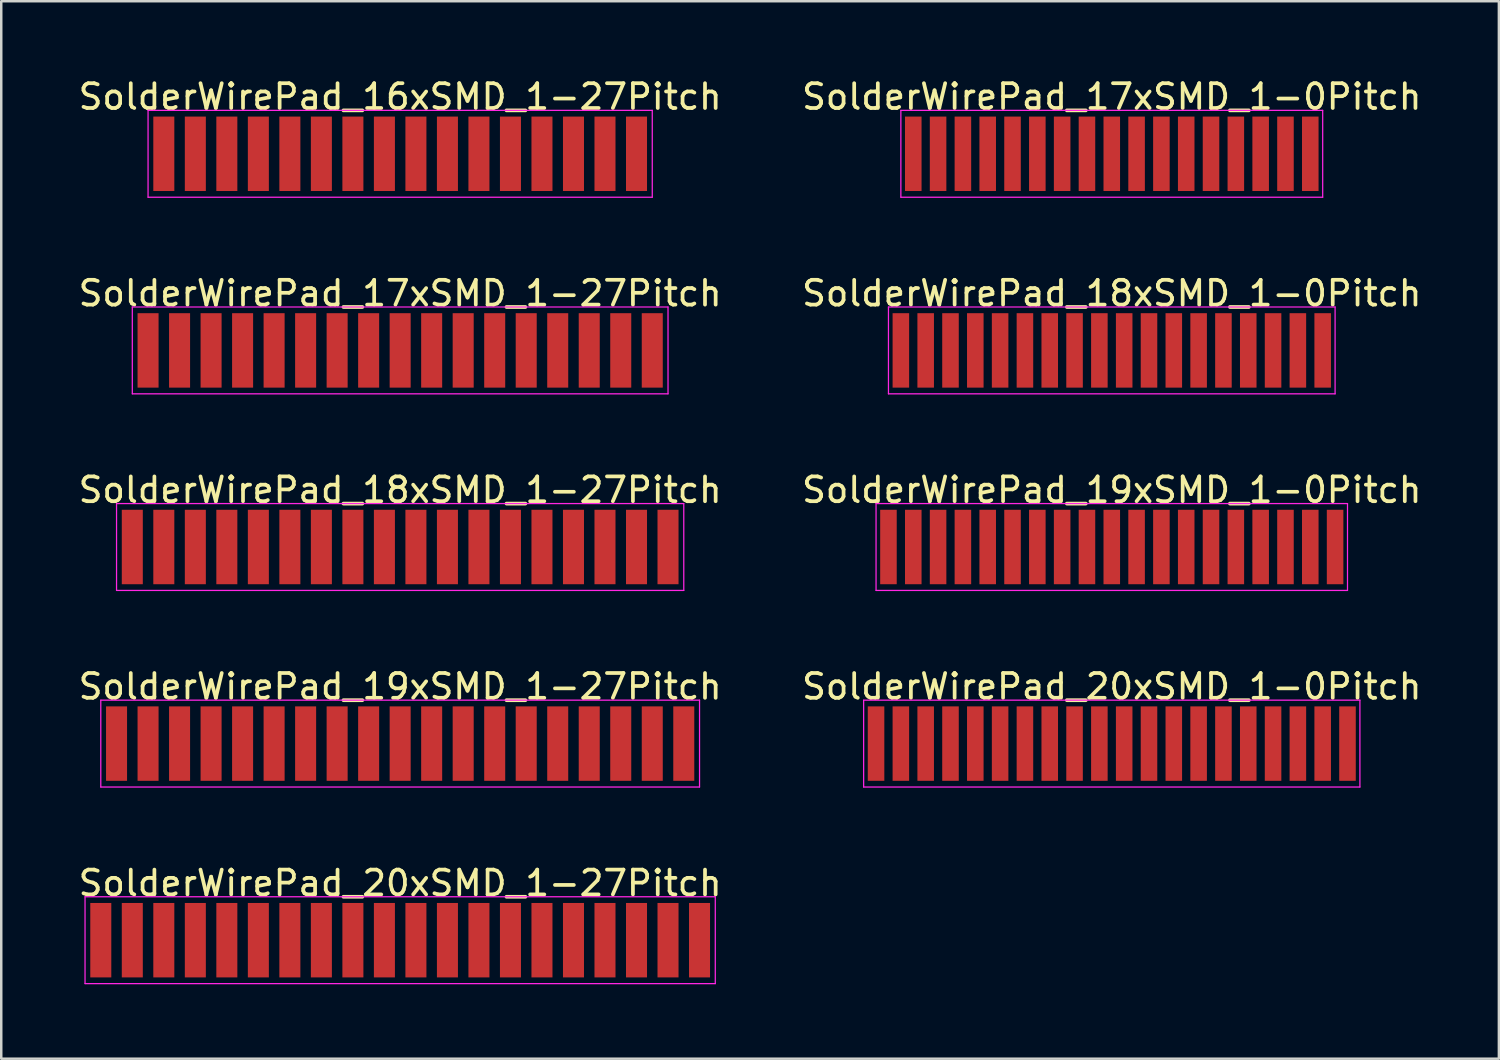
<source format=kicad_pcb>
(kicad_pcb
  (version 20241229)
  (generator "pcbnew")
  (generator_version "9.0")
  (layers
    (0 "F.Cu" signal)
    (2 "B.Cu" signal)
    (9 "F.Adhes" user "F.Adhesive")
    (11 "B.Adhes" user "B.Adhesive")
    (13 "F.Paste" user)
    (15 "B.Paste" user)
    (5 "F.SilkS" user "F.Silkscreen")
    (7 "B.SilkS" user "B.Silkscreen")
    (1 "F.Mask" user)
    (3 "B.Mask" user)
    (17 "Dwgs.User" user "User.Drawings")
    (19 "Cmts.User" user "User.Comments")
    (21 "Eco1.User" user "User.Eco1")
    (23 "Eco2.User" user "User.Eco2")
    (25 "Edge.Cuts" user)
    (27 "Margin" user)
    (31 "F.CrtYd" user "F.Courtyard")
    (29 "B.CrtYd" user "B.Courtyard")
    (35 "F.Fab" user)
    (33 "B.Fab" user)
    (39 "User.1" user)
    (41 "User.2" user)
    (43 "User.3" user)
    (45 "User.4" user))
  (footprint "SolderWirePad_18xSMD_1-0Pitch"
    (layer "F.Cu")
    (at 41.756 11.072)
    (property "Reference" "SolderWirePad_18xSMD_1-0Pitch" (at 0 -2.3 0) (layer "F.SilkS") (effects (font (size 1 1) (thickness 0.15))))
    (attr through_hole)
    (fp_line (start -9 -1.75) (end 9 -1.75) (stroke (width 0.05) (type solid)) (layer "F.CrtYd"))
    (fp_line (start -9 1.75) (end -9 -1.75) (stroke (width 0.05) (type solid)) (layer "F.CrtYd"))
    (fp_line (start 9 -1.75) (end 9 1.75) (stroke (width 0.05) (type solid)) (layer "F.CrtYd"))
    (fp_line (start 9 1.75) (end -9 1.75) (stroke (width 0.05) (type solid)) (layer "F.CrtYd"))
    (pad "1" smd rect (at -8.5 0) (size 0.667 3) (layers "F.Cu" "F.Mask" "F.Paste"))
    (pad "2" smd rect (at -7.5 0) (size 0.667 3) (layers "F.Cu" "F.Mask" "F.Paste"))
    (pad "3" smd rect (at -6.5 0) (size 0.667 3) (layers "F.Cu" "F.Mask" "F.Paste"))
    (pad "4" smd rect (at -5.5 0) (size 0.667 3) (layers "F.Cu" "F.Mask" "F.Paste"))
    (pad "5" smd rect (at -4.5 0) (size 0.667 3) (layers "F.Cu" "F.Mask" "F.Paste"))
    (pad "6" smd rect (at -3.5 0) (size 0.667 3) (layers "F.Cu" "F.Mask" "F.Paste"))
    (pad "7" smd rect (at -2.5 0) (size 0.667 3) (layers "F.Cu" "F.Mask" "F.Paste"))
    (pad "8" smd rect (at -1.5 0) (size 0.667 3) (layers "F.Cu" "F.Mask" "F.Paste"))
    (pad "9" smd rect (at -0.5 0) (size 0.667 3) (layers "F.Cu" "F.Mask" "F.Paste"))
    (pad "10" smd rect (at 0.5 0) (size 0.667 3) (layers "F.Cu" "F.Mask" "F.Paste"))
    (pad "11" smd rect (at 1.5 0) (size 0.667 3) (layers "F.Cu" "F.Mask" "F.Paste"))
    (pad "12" smd rect (at 2.5 0) (size 0.667 3) (layers "F.Cu" "F.Mask" "F.Paste"))
    (pad "13" smd rect (at 3.5 0) (size 0.667 3) (layers "F.Cu" "F.Mask" "F.Paste"))
    (pad "14" smd rect (at 4.5 0) (size 0.667 3) (layers "F.Cu" "F.Mask" "F.Paste"))
    (pad "15" smd rect (at 5.5 0) (size 0.667 3) (layers "F.Cu" "F.Mask" "F.Paste"))
    (pad "16" smd rect (at 6.5 0) (size 0.667 3) (layers "F.Cu" "F.Mask" "F.Paste"))
    (pad "17" smd rect (at 7.5 0) (size 0.667 3) (layers "F.Cu" "F.Mask" "F.Paste"))
    (pad "18" smd rect (at 8.5 0) (size 0.667 3) (layers "F.Cu" "F.Mask" "F.Paste")))
  (footprint "SolderWirePad_17xSMD_1-27Pitch"
    (layer "F.Cu")
    (at 13.077 11.072)
    (property "Reference" "SolderWirePad_17xSMD_1-27Pitch" (at 0 -2.3 0) (layer "F.SilkS") (effects (font (size 1 1) (thickness 0.15))))
    (attr through_hole)
    (fp_line (start -10.795 -1.75) (end 10.795 -1.75) (stroke (width 0.05) (type solid)) (layer "F.CrtYd"))
    (fp_line (start -10.795 1.75) (end -10.795 -1.75) (stroke (width 0.05) (type solid)) (layer "F.CrtYd"))
    (fp_line (start 10.795 -1.75) (end 10.795 1.75) (stroke (width 0.05) (type solid)) (layer "F.CrtYd"))
    (fp_line (start 10.795 1.75) (end -10.795 1.75) (stroke (width 0.05) (type solid)) (layer "F.CrtYd"))
    (pad "1" smd rect (at -10.16 0) (size 0.847 3) (layers "F.Cu" "F.Mask" "F.Paste"))
    (pad "2" smd rect (at -8.89 0) (size 0.847 3) (layers "F.Cu" "F.Mask" "F.Paste"))
    (pad "3" smd rect (at -7.62 0) (size 0.847 3) (layers "F.Cu" "F.Mask" "F.Paste"))
    (pad "4" smd rect (at -6.35 0) (size 0.847 3) (layers "F.Cu" "F.Mask" "F.Paste"))
    (pad "5" smd rect (at -5.08 0) (size 0.847 3) (layers "F.Cu" "F.Mask" "F.Paste"))
    (pad "6" smd rect (at -3.81 0) (size 0.847 3) (layers "F.Cu" "F.Mask" "F.Paste"))
    (pad "7" smd rect (at -2.54 0) (size 0.847 3) (layers "F.Cu" "F.Mask" "F.Paste"))
    (pad "8" smd rect (at -1.27 0) (size 0.847 3) (layers "F.Cu" "F.Mask" "F.Paste"))
    (pad "9" smd rect (at 0 0) (size 0.847 3) (layers "F.Cu" "F.Mask" "F.Paste"))
    (pad "10" smd rect (at 1.27 0) (size 0.847 3) (layers "F.Cu" "F.Mask" "F.Paste"))
    (pad "11" smd rect (at 2.54 0) (size 0.847 3) (layers "F.Cu" "F.Mask" "F.Paste"))
    (pad "12" smd rect (at 3.81 0) (size 0.847 3) (layers "F.Cu" "F.Mask" "F.Paste"))
    (pad "13" smd rect (at 5.08 0) (size 0.847 3) (layers "F.Cu" "F.Mask" "F.Paste"))
    (pad "14" smd rect (at 6.35 0) (size 0.847 3) (layers "F.Cu" "F.Mask" "F.Paste"))
    (pad "15" smd rect (at 7.62 0) (size 0.847 3) (layers "F.Cu" "F.Mask" "F.Paste"))
    (pad "16" smd rect (at 8.89 0) (size 0.847 3) (layers "F.Cu" "F.Mask" "F.Paste"))
    (pad "17" smd rect (at 10.16 0) (size 0.847 3) (layers "F.Cu" "F.Mask" "F.Paste")))
  (footprint "SolderWirePad_20xSMD_1-27Pitch"
    (layer "F.Cu")
    (at 13.077 34.841)
    (property "Reference" "SolderWirePad_20xSMD_1-27Pitch" (at 0 -2.3 0) (layer "F.SilkS") (effects (font (size 1 1) (thickness 0.15))))
    (attr through_hole)
    (fp_line (start -12.7 -1.75) (end 12.7 -1.75) (stroke (width 0.05) (type solid)) (layer "F.CrtYd"))
    (fp_line (start -12.7 1.75) (end -12.7 -1.75) (stroke (width 0.05) (type solid)) (layer "F.CrtYd"))
    (fp_line (start 12.7 -1.75) (end 12.7 1.75) (stroke (width 0.05) (type solid)) (layer "F.CrtYd"))
    (fp_line (start 12.7 1.75) (end -12.7 1.75) (stroke (width 0.05) (type solid)) (layer "F.CrtYd"))
    (pad "1" smd rect (at -12.065 0) (size 0.847 3) (layers "F.Cu" "F.Mask" "F.Paste"))
    (pad "2" smd rect (at -10.795 0) (size 0.847 3) (layers "F.Cu" "F.Mask" "F.Paste"))
    (pad "3" smd rect (at -9.525 0) (size 0.847 3) (layers "F.Cu" "F.Mask" "F.Paste"))
    (pad "4" smd rect (at -8.255 0) (size 0.847 3) (layers "F.Cu" "F.Mask" "F.Paste"))
    (pad "5" smd rect (at -6.985 0) (size 0.847 3) (layers "F.Cu" "F.Mask" "F.Paste"))
    (pad "6" smd rect (at -5.715 0) (size 0.847 3) (layers "F.Cu" "F.Mask" "F.Paste"))
    (pad "7" smd rect (at -4.445 0) (size 0.847 3) (layers "F.Cu" "F.Mask" "F.Paste"))
    (pad "8" smd rect (at -3.175 0) (size 0.847 3) (layers "F.Cu" "F.Mask" "F.Paste"))
    (pad "9" smd rect (at -1.905 0) (size 0.847 3) (layers "F.Cu" "F.Mask" "F.Paste"))
    (pad "10" smd rect (at -0.635 0) (size 0.847 3) (layers "F.Cu" "F.Mask" "F.Paste"))
    (pad "11" smd rect (at 0.635 0) (size 0.847 3) (layers "F.Cu" "F.Mask" "F.Paste"))
    (pad "12" smd rect (at 1.905 0) (size 0.847 3) (layers "F.Cu" "F.Mask" "F.Paste"))
    (pad "13" smd rect (at 3.175 0) (size 0.847 3) (layers "F.Cu" "F.Mask" "F.Paste"))
    (pad "14" smd rect (at 4.445 0) (size 0.847 3) (layers "F.Cu" "F.Mask" "F.Paste"))
    (pad "15" smd rect (at 5.715 0) (size 0.847 3) (layers "F.Cu" "F.Mask" "F.Paste"))
    (pad "16" smd rect (at 6.985 0) (size 0.847 3) (layers "F.Cu" "F.Mask" "F.Paste"))
    (pad "17" smd rect (at 8.255 0) (size 0.847 3) (layers "F.Cu" "F.Mask" "F.Paste"))
    (pad "18" smd rect (at 9.525 0) (size 0.847 3) (layers "F.Cu" "F.Mask" "F.Paste"))
    (pad "19" smd rect (at 10.795 0) (size 0.847 3) (layers "F.Cu" "F.Mask" "F.Paste"))
    (pad "20" smd rect (at 12.065 0) (size 0.847 3) (layers "F.Cu" "F.Mask" "F.Paste")))
  (footprint "SolderWirePad_17xSMD_1-0Pitch"
    (layer "F.Cu")
    (at 41.756 3.148)
    (property "Reference" "SolderWirePad_17xSMD_1-0Pitch" (at 0 -2.3 0) (layer "F.SilkS") (effects (font (size 1 1) (thickness 0.15))))
    (attr through_hole)
    (fp_line (start -8.5 -1.75) (end 8.5 -1.75) (stroke (width 0.05) (type solid)) (layer "F.CrtYd"))
    (fp_line (start -8.5 1.75) (end -8.5 -1.75) (stroke (width 0.05) (type solid)) (layer "F.CrtYd"))
    (fp_line (start 8.5 -1.75) (end 8.5 1.75) (stroke (width 0.05) (type solid)) (layer "F.CrtYd"))
    (fp_line (start 8.5 1.75) (end -8.5 1.75) (stroke (width 0.05) (type solid)) (layer "F.CrtYd"))
    (pad "1" smd rect (at -8 0) (size 0.667 3) (layers "F.Cu" "F.Mask" "F.Paste"))
    (pad "2" smd rect (at -7 0) (size 0.667 3) (layers "F.Cu" "F.Mask" "F.Paste"))
    (pad "3" smd rect (at -6 0) (size 0.667 3) (layers "F.Cu" "F.Mask" "F.Paste"))
    (pad "4" smd rect (at -5 0) (size 0.667 3) (layers "F.Cu" "F.Mask" "F.Paste"))
    (pad "5" smd rect (at -4 0) (size 0.667 3) (layers "F.Cu" "F.Mask" "F.Paste"))
    (pad "6" smd rect (at -3 0) (size 0.667 3) (layers "F.Cu" "F.Mask" "F.Paste"))
    (pad "7" smd rect (at -2 0) (size 0.667 3) (layers "F.Cu" "F.Mask" "F.Paste"))
    (pad "8" smd rect (at -1 0) (size 0.667 3) (layers "F.Cu" "F.Mask" "F.Paste"))
    (pad "9" smd rect (at 0 0) (size 0.667 3) (layers "F.Cu" "F.Mask" "F.Paste"))
    (pad "10" smd rect (at 1 0) (size 0.667 3) (layers "F.Cu" "F.Mask" "F.Paste"))
    (pad "11" smd rect (at 2 0) (size 0.667 3) (layers "F.Cu" "F.Mask" "F.Paste"))
    (pad "12" smd rect (at 3 0) (size 0.667 3) (layers "F.Cu" "F.Mask" "F.Paste"))
    (pad "13" smd rect (at 4 0) (size 0.667 3) (layers "F.Cu" "F.Mask" "F.Paste"))
    (pad "14" smd rect (at 5 0) (size 0.667 3) (layers "F.Cu" "F.Mask" "F.Paste"))
    (pad "15" smd rect (at 6 0) (size 0.667 3) (layers "F.Cu" "F.Mask" "F.Paste"))
    (pad "16" smd rect (at 7 0) (size 0.667 3) (layers "F.Cu" "F.Mask" "F.Paste"))
    (pad "17" smd rect (at 8 0) (size 0.667 3) (layers "F.Cu" "F.Mask" "F.Paste")))
  (footprint "SolderWirePad_19xSMD_1-27Pitch"
    (layer "F.Cu")
    (at 13.077 26.918)
    (property "Reference" "SolderWirePad_19xSMD_1-27Pitch" (at 0 -2.3 0) (layer "F.SilkS") (effects (font (size 1 1) (thickness 0.15))))
    (attr through_hole)
    (fp_line (start -12.065 -1.75) (end 12.065 -1.75) (stroke (width 0.05) (type solid)) (layer "F.CrtYd"))
    (fp_line (start -12.065 1.75) (end -12.065 -1.75) (stroke (width 0.05) (type solid)) (layer "F.CrtYd"))
    (fp_line (start 12.065 -1.75) (end 12.065 1.75) (stroke (width 0.05) (type solid)) (layer "F.CrtYd"))
    (fp_line (start 12.065 1.75) (end -12.065 1.75) (stroke (width 0.05) (type solid)) (layer "F.CrtYd"))
    (pad "1" smd rect (at -11.43 0) (size 0.847 3) (layers "F.Cu" "F.Mask" "F.Paste"))
    (pad "2" smd rect (at -10.16 0) (size 0.847 3) (layers "F.Cu" "F.Mask" "F.Paste"))
    (pad "3" smd rect (at -8.89 0) (size 0.847 3) (layers "F.Cu" "F.Mask" "F.Paste"))
    (pad "4" smd rect (at -7.62 0) (size 0.847 3) (layers "F.Cu" "F.Mask" "F.Paste"))
    (pad "5" smd rect (at -6.35 0) (size 0.847 3) (layers "F.Cu" "F.Mask" "F.Paste"))
    (pad "6" smd rect (at -5.08 0) (size 0.847 3) (layers "F.Cu" "F.Mask" "F.Paste"))
    (pad "7" smd rect (at -3.81 0) (size 0.847 3) (layers "F.Cu" "F.Mask" "F.Paste"))
    (pad "8" smd rect (at -2.54 0) (size 0.847 3) (layers "F.Cu" "F.Mask" "F.Paste"))
    (pad "9" smd rect (at -1.27 0) (size 0.847 3) (layers "F.Cu" "F.Mask" "F.Paste"))
    (pad "10" smd rect (at 0 0) (size 0.847 3) (layers "F.Cu" "F.Mask" "F.Paste"))
    (pad "11" smd rect (at 1.27 0) (size 0.847 3) (layers "F.Cu" "F.Mask" "F.Paste"))
    (pad "12" smd rect (at 2.54 0) (size 0.847 3) (layers "F.Cu" "F.Mask" "F.Paste"))
    (pad "13" smd rect (at 3.81 0) (size 0.847 3) (layers "F.Cu" "F.Mask" "F.Paste"))
    (pad "14" smd rect (at 5.08 0) (size 0.847 3) (layers "F.Cu" "F.Mask" "F.Paste"))
    (pad "15" smd rect (at 6.35 0) (size 0.847 3) (layers "F.Cu" "F.Mask" "F.Paste"))
    (pad "16" smd rect (at 7.62 0) (size 0.847 3) (layers "F.Cu" "F.Mask" "F.Paste"))
    (pad "17" smd rect (at 8.89 0) (size 0.847 3) (layers "F.Cu" "F.Mask" "F.Paste"))
    (pad "18" smd rect (at 10.16 0) (size 0.847 3) (layers "F.Cu" "F.Mask" "F.Paste"))
    (pad "19" smd rect (at 11.43 0) (size 0.847 3) (layers "F.Cu" "F.Mask" "F.Paste")))
  (footprint "SolderWirePad_16xSMD_1-27Pitch"
    (layer "F.Cu")
    (at 13.077 3.148)
    (property "Reference" "SolderWirePad_16xSMD_1-27Pitch" (at 0 -2.3 0) (layer "F.SilkS") (effects (font (size 1 1) (thickness 0.15))))
    (attr through_hole)
    (fp_line (start -10.16 -1.75) (end 10.16 -1.75) (stroke (width 0.05) (type solid)) (layer "F.CrtYd"))
    (fp_line (start -10.16 1.75) (end -10.16 -1.75) (stroke (width 0.05) (type solid)) (layer "F.CrtYd"))
    (fp_line (start 10.16 -1.75) (end 10.16 1.75) (stroke (width 0.05) (type solid)) (layer "F.CrtYd"))
    (fp_line (start 10.16 1.75) (end -10.16 1.75) (stroke (width 0.05) (type solid)) (layer "F.CrtYd"))
    (pad "1" smd rect (at -9.525 0) (size 0.847 3) (layers "F.Cu" "F.Mask" "F.Paste"))
    (pad "2" smd rect (at -8.255 0) (size 0.847 3) (layers "F.Cu" "F.Mask" "F.Paste"))
    (pad "3" smd rect (at -6.985 0) (size 0.847 3) (layers "F.Cu" "F.Mask" "F.Paste"))
    (pad "4" smd rect (at -5.715 0) (size 0.847 3) (layers "F.Cu" "F.Mask" "F.Paste"))
    (pad "5" smd rect (at -4.445 0) (size 0.847 3) (layers "F.Cu" "F.Mask" "F.Paste"))
    (pad "6" smd rect (at -3.175 0) (size 0.847 3) (layers "F.Cu" "F.Mask" "F.Paste"))
    (pad "7" smd rect (at -1.905 0) (size 0.847 3) (layers "F.Cu" "F.Mask" "F.Paste"))
    (pad "8" smd rect (at -0.635 0) (size 0.847 3) (layers "F.Cu" "F.Mask" "F.Paste"))
    (pad "9" smd rect (at 0.635 0) (size 0.847 3) (layers "F.Cu" "F.Mask" "F.Paste"))
    (pad "10" smd rect (at 1.905 0) (size 0.847 3) (layers "F.Cu" "F.Mask" "F.Paste"))
    (pad "11" smd rect (at 3.175 0) (size 0.847 3) (layers "F.Cu" "F.Mask" "F.Paste"))
    (pad "12" smd rect (at 4.445 0) (size 0.847 3) (layers "F.Cu" "F.Mask" "F.Paste"))
    (pad "13" smd rect (at 5.715 0) (size 0.847 3) (layers "F.Cu" "F.Mask" "F.Paste"))
    (pad "14" smd rect (at 6.985 0) (size 0.847 3) (layers "F.Cu" "F.Mask" "F.Paste"))
    (pad "15" smd rect (at 8.255 0) (size 0.847 3) (layers "F.Cu" "F.Mask" "F.Paste"))
    (pad "16" smd rect (at 9.525 0) (size 0.847 3) (layers "F.Cu" "F.Mask" "F.Paste")))
  (footprint "SolderWirePad_20xSMD_1-0Pitch"
    (layer "F.Cu")
    (at 41.756 26.918)
    (property "Reference" "SolderWirePad_20xSMD_1-0Pitch" (at 0 -2.3 0) (layer "F.SilkS") (effects (font (size 1 1) (thickness 0.15))))
    (attr through_hole)
    (fp_line (start -10 -1.75) (end 10 -1.75) (stroke (width 0.05) (type solid)) (layer "F.CrtYd"))
    (fp_line (start -10 1.75) (end -10 -1.75) (stroke (width 0.05) (type solid)) (layer "F.CrtYd"))
    (fp_line (start 10 -1.75) (end 10 1.75) (stroke (width 0.05) (type solid)) (layer "F.CrtYd"))
    (fp_line (start 10 1.75) (end -10 1.75) (stroke (width 0.05) (type solid)) (layer "F.CrtYd"))
    (pad "1" smd rect (at -9.5 0) (size 0.667 3) (layers "F.Cu" "F.Mask" "F.Paste"))
    (pad "2" smd rect (at -8.5 0) (size 0.667 3) (layers "F.Cu" "F.Mask" "F.Paste"))
    (pad "3" smd rect (at -7.5 0) (size 0.667 3) (layers "F.Cu" "F.Mask" "F.Paste"))
    (pad "4" smd rect (at -6.5 0) (size 0.667 3) (layers "F.Cu" "F.Mask" "F.Paste"))
    (pad "5" smd rect (at -5.5 0) (size 0.667 3) (layers "F.Cu" "F.Mask" "F.Paste"))
    (pad "6" smd rect (at -4.5 0) (size 0.667 3) (layers "F.Cu" "F.Mask" "F.Paste"))
    (pad "7" smd rect (at -3.5 0) (size 0.667 3) (layers "F.Cu" "F.Mask" "F.Paste"))
    (pad "8" smd rect (at -2.5 0) (size 0.667 3) (layers "F.Cu" "F.Mask" "F.Paste"))
    (pad "9" smd rect (at -1.5 0) (size 0.667 3) (layers "F.Cu" "F.Mask" "F.Paste"))
    (pad "10" smd rect (at -0.5 0) (size 0.667 3) (layers "F.Cu" "F.Mask" "F.Paste"))
    (pad "11" smd rect (at 0.5 0) (size 0.667 3) (layers "F.Cu" "F.Mask" "F.Paste"))
    (pad "12" smd rect (at 1.5 0) (size 0.667 3) (layers "F.Cu" "F.Mask" "F.Paste"))
    (pad "13" smd rect (at 2.5 0) (size 0.667 3) (layers "F.Cu" "F.Mask" "F.Paste"))
    (pad "14" smd rect (at 3.5 0) (size 0.667 3) (layers "F.Cu" "F.Mask" "F.Paste"))
    (pad "15" smd rect (at 4.5 0) (size 0.667 3) (layers "F.Cu" "F.Mask" "F.Paste"))
    (pad "16" smd rect (at 5.5 0) (size 0.667 3) (layers "F.Cu" "F.Mask" "F.Paste"))
    (pad "17" smd rect (at 6.5 0) (size 0.667 3) (layers "F.Cu" "F.Mask" "F.Paste"))
    (pad "18" smd rect (at 7.5 0) (size 0.667 3) (layers "F.Cu" "F.Mask" "F.Paste"))
    (pad "19" smd rect (at 8.5 0) (size 0.667 3) (layers "F.Cu" "F.Mask" "F.Paste"))
    (pad "20" smd rect (at 9.5 0) (size 0.667 3) (layers "F.Cu" "F.Mask" "F.Paste")))
  (footprint "SolderWirePad_18xSMD_1-27Pitch"
    (layer "F.Cu")
    (at 13.077 18.995)
    (property "Reference" "SolderWirePad_18xSMD_1-27Pitch" (at 0 -2.3 0) (layer "F.SilkS") (effects (font (size 1 1) (thickness 0.15))))
    (attr through_hole)
    (fp_line (start -11.43 -1.75) (end 11.43 -1.75) (stroke (width 0.05) (type solid)) (layer "F.CrtYd"))
    (fp_line (start -11.43 1.75) (end -11.43 -1.75) (stroke (width 0.05) (type solid)) (layer "F.CrtYd"))
    (fp_line (start 11.43 -1.75) (end 11.43 1.75) (stroke (width 0.05) (type solid)) (layer "F.CrtYd"))
    (fp_line (start 11.43 1.75) (end -11.43 1.75) (stroke (width 0.05) (type solid)) (layer "F.CrtYd"))
    (pad "1" smd rect (at -10.795 0) (size 0.847 3) (layers "F.Cu" "F.Mask" "F.Paste"))
    (pad "2" smd rect (at -9.525 0) (size 0.847 3) (layers "F.Cu" "F.Mask" "F.Paste"))
    (pad "3" smd rect (at -8.255 0) (size 0.847 3) (layers "F.Cu" "F.Mask" "F.Paste"))
    (pad "4" smd rect (at -6.985 0) (size 0.847 3) (layers "F.Cu" "F.Mask" "F.Paste"))
    (pad "5" smd rect (at -5.715 0) (size 0.847 3) (layers "F.Cu" "F.Mask" "F.Paste"))
    (pad "6" smd rect (at -4.445 0) (size 0.847 3) (layers "F.Cu" "F.Mask" "F.Paste"))
    (pad "7" smd rect (at -3.175 0) (size 0.847 3) (layers "F.Cu" "F.Mask" "F.Paste"))
    (pad "8" smd rect (at -1.905 0) (size 0.847 3) (layers "F.Cu" "F.Mask" "F.Paste"))
    (pad "9" smd rect (at -0.635 0) (size 0.847 3) (layers "F.Cu" "F.Mask" "F.Paste"))
    (pad "10" smd rect (at 0.635 0) (size 0.847 3) (layers "F.Cu" "F.Mask" "F.Paste"))
    (pad "11" smd rect (at 1.905 0) (size 0.847 3) (layers "F.Cu" "F.Mask" "F.Paste"))
    (pad "12" smd rect (at 3.175 0) (size 0.847 3) (layers "F.Cu" "F.Mask" "F.Paste"))
    (pad "13" smd rect (at 4.445 0) (size 0.847 3) (layers "F.Cu" "F.Mask" "F.Paste"))
    (pad "14" smd rect (at 5.715 0) (size 0.847 3) (layers "F.Cu" "F.Mask" "F.Paste"))
    (pad "15" smd rect (at 6.985 0) (size 0.847 3) (layers "F.Cu" "F.Mask" "F.Paste"))
    (pad "16" smd rect (at 8.255 0) (size 0.847 3) (layers "F.Cu" "F.Mask" "F.Paste"))
    (pad "17" smd rect (at 9.525 0) (size 0.847 3) (layers "F.Cu" "F.Mask" "F.Paste"))
    (pad "18" smd rect (at 10.795 0) (size 0.847 3) (layers "F.Cu" "F.Mask" "F.Paste")))
  (footprint "SolderWirePad_19xSMD_1-0Pitch"
    (layer "F.Cu")
    (at 41.756 18.995)
    (property "Reference" "SolderWirePad_19xSMD_1-0Pitch" (at 0 -2.3 0) (layer "F.SilkS") (effects (font (size 1 1) (thickness 0.15))))
    (attr through_hole)
    (fp_line (start -9.5 -1.75) (end 9.5 -1.75) (stroke (width 0.05) (type solid)) (layer "F.CrtYd"))
    (fp_line (start -9.5 1.75) (end -9.5 -1.75) (stroke (width 0.05) (type solid)) (layer "F.CrtYd"))
    (fp_line (start 9.5 -1.75) (end 9.5 1.75) (stroke (width 0.05) (type solid)) (layer "F.CrtYd"))
    (fp_line (start 9.5 1.75) (end -9.5 1.75) (stroke (width 0.05) (type solid)) (layer "F.CrtYd"))
    (pad "1" smd rect (at -9 0) (size 0.667 3) (layers "F.Cu" "F.Mask" "F.Paste"))
    (pad "2" smd rect (at -8 0) (size 0.667 3) (layers "F.Cu" "F.Mask" "F.Paste"))
    (pad "3" smd rect (at -7 0) (size 0.667 3) (layers "F.Cu" "F.Mask" "F.Paste"))
    (pad "4" smd rect (at -6 0) (size 0.667 3) (layers "F.Cu" "F.Mask" "F.Paste"))
    (pad "5" smd rect (at -5 0) (size 0.667 3) (layers "F.Cu" "F.Mask" "F.Paste"))
    (pad "6" smd rect (at -4 0) (size 0.667 3) (layers "F.Cu" "F.Mask" "F.Paste"))
    (pad "7" smd rect (at -3 0) (size 0.667 3) (layers "F.Cu" "F.Mask" "F.Paste"))
    (pad "8" smd rect (at -2 0) (size 0.667 3) (layers "F.Cu" "F.Mask" "F.Paste"))
    (pad "9" smd rect (at -1 0) (size 0.667 3) (layers "F.Cu" "F.Mask" "F.Paste"))
    (pad "10" smd rect (at 0 0) (size 0.667 3) (layers "F.Cu" "F.Mask" "F.Paste"))
    (pad "11" smd rect (at 1 0) (size 0.667 3) (layers "F.Cu" "F.Mask" "F.Paste"))
    (pad "12" smd rect (at 2 0) (size 0.667 3) (layers "F.Cu" "F.Mask" "F.Paste"))
    (pad "13" smd rect (at 3 0) (size 0.667 3) (layers "F.Cu" "F.Mask" "F.Paste"))
    (pad "14" smd rect (at 4 0) (size 0.667 3) (layers "F.Cu" "F.Mask" "F.Paste"))
    (pad "15" smd rect (at 5 0) (size 0.667 3) (layers "F.Cu" "F.Mask" "F.Paste"))
    (pad "16" smd rect (at 6 0) (size 0.667 3) (layers "F.Cu" "F.Mask" "F.Paste"))
    (pad "17" smd rect (at 7 0) (size 0.667 3) (layers "F.Cu" "F.Mask" "F.Paste"))
    (pad "18" smd rect (at 8 0) (size 0.667 3) (layers "F.Cu" "F.Mask" "F.Paste"))
    (pad "19" smd rect (at 9 0) (size 0.667 3) (layers "F.Cu" "F.Mask" "F.Paste")))
  (gr_rect
    (start -3 -3)
    (end 57.357 39.616)
    (stroke (width 0.1) (type default))
    (fill no)
    (layer "Edge.Cuts")))
</source>
